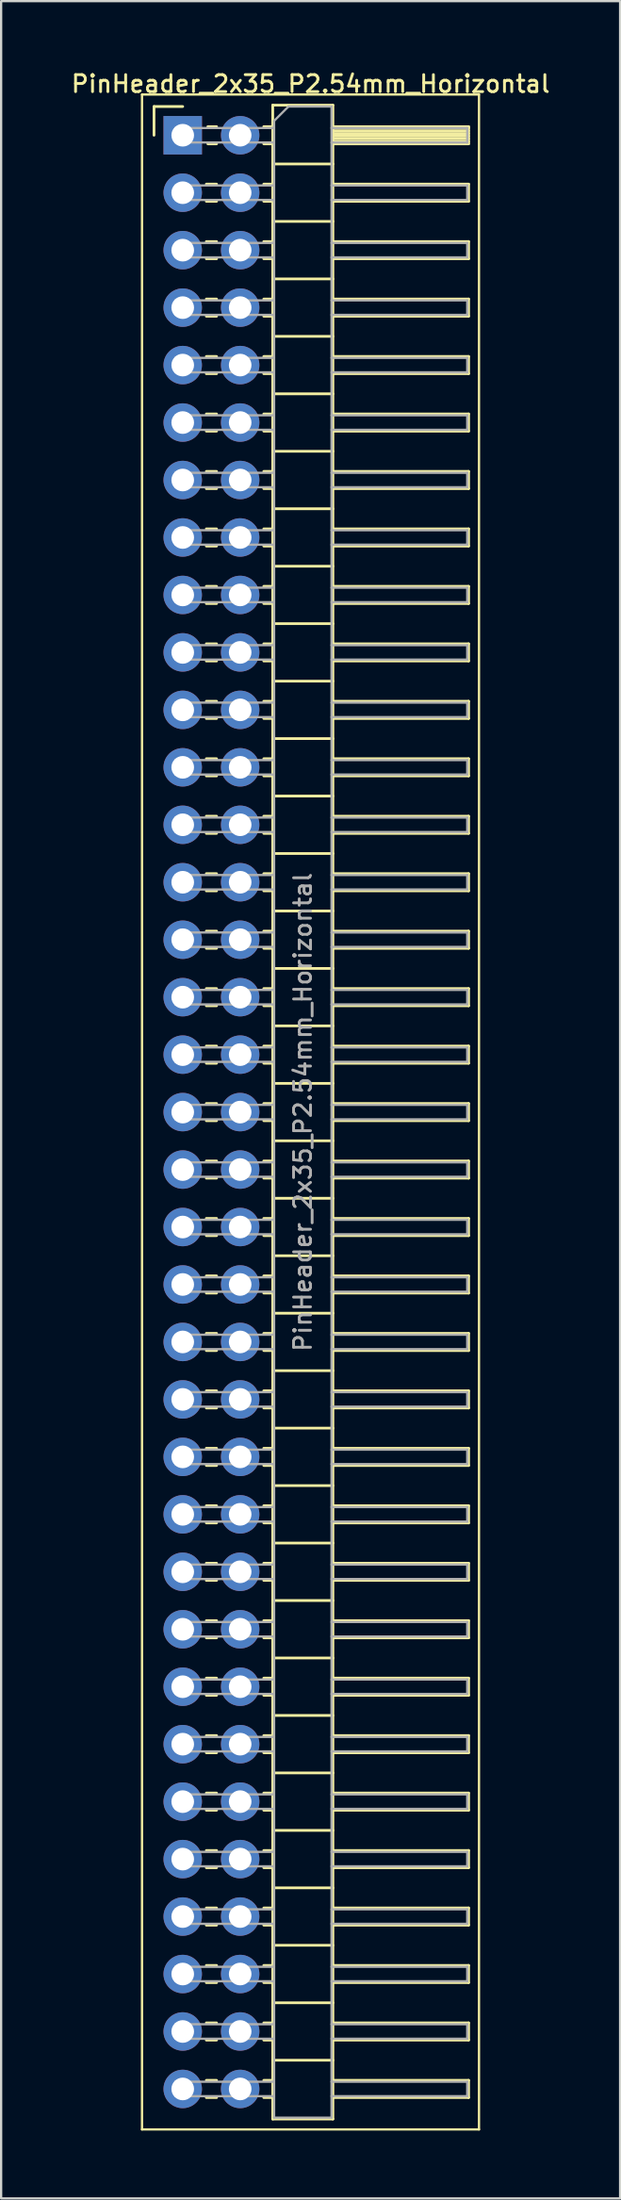
<source format=kicad_pcb>
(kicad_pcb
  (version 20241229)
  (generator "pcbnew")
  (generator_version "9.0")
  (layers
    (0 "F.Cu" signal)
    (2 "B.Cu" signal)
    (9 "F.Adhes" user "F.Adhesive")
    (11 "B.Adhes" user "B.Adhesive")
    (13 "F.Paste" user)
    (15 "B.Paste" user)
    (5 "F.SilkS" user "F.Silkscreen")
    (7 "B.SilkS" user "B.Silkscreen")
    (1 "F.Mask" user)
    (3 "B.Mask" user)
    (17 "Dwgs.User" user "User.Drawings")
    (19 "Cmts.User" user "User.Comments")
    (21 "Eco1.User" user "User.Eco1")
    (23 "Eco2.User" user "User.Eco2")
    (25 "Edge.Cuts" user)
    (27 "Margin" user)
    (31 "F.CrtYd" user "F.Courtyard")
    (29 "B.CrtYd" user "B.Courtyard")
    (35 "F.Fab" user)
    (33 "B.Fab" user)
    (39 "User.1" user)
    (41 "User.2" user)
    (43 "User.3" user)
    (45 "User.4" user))
  (footprint "PinHeader_2x35_P2.54mm_Horizontal"
    (layer "F.Cu")
    (at 5.029 2.928)
    (property "Reference" "PinHeader_2x35_P2.54mm_Horizontal" (at 5.655 -2.27 0) (layer "F.SilkS") (effects (font (size 0.75 0.75) (thickness 0.125))))
    (attr through_hole)
    (fp_line (start -1.8 -1.8) (end -1.8 88.15) (stroke (width 0.1) (type solid)) (layer "F.SilkS"))
    (fp_line (start -1.8 88.15) (end 13.1 88.15) (stroke (width 0.1) (type solid)) (layer "F.SilkS"))
    (fp_line (start -1.27 -1.27) (end 0 -1.27) (stroke (width 0.12) (type solid)) (layer "F.SilkS"))
    (fp_line (start -1.27 0) (end -1.27 -1.27) (stroke (width 0.12) (type solid)) (layer "F.SilkS"))
    (fp_line (start 1.043 2.16) (end 1.497 2.16) (stroke (width 0.12) (type solid)) (layer "F.SilkS"))
    (fp_line (start 1.043 2.92) (end 1.497 2.92) (stroke (width 0.12) (type solid)) (layer "F.SilkS"))
    (fp_line (start 1.043 4.7) (end 1.497 4.7) (stroke (width 0.12) (type solid)) (layer "F.SilkS"))
    (fp_line (start 1.043 5.46) (end 1.497 5.46) (stroke (width 0.12) (type solid)) (layer "F.SilkS"))
    (fp_line (start 1.043 7.24) (end 1.497 7.24) (stroke (width 0.12) (type solid)) (layer "F.SilkS"))
    (fp_line (start 1.043 8) (end 1.497 8) (stroke (width 0.12) (type solid)) (layer "F.SilkS"))
    (fp_line (start 1.043 9.78) (end 1.497 9.78) (stroke (width 0.12) (type solid)) (layer "F.SilkS"))
    (fp_line (start 1.043 10.54) (end 1.497 10.54) (stroke (width 0.12) (type solid)) (layer "F.SilkS"))
    (fp_line (start 1.043 12.32) (end 1.497 12.32) (stroke (width 0.12) (type solid)) (layer "F.SilkS"))
    (fp_line (start 1.043 13.08) (end 1.497 13.08) (stroke (width 0.12) (type solid)) (layer "F.SilkS"))
    (fp_line (start 1.043 14.86) (end 1.497 14.86) (stroke (width 0.12) (type solid)) (layer "F.SilkS"))
    (fp_line (start 1.043 15.62) (end 1.497 15.62) (stroke (width 0.12) (type solid)) (layer "F.SilkS"))
    (fp_line (start 1.043 17.4) (end 1.497 17.4) (stroke (width 0.12) (type solid)) (layer "F.SilkS"))
    (fp_line (start 1.043 18.16) (end 1.497 18.16) (stroke (width 0.12) (type solid)) (layer "F.SilkS"))
    (fp_line (start 1.043 19.94) (end 1.497 19.94) (stroke (width 0.12) (type solid)) (layer "F.SilkS"))
    (fp_line (start 1.043 20.7) (end 1.497 20.7) (stroke (width 0.12) (type solid)) (layer "F.SilkS"))
    (fp_line (start 1.043 22.48) (end 1.497 22.48) (stroke (width 0.12) (type solid)) (layer "F.SilkS"))
    (fp_line (start 1.043 23.24) (end 1.497 23.24) (stroke (width 0.12) (type solid)) (layer "F.SilkS"))
    (fp_line (start 1.043 25.02) (end 1.497 25.02) (stroke (width 0.12) (type solid)) (layer "F.SilkS"))
    (fp_line (start 1.043 25.78) (end 1.497 25.78) (stroke (width 0.12) (type solid)) (layer "F.SilkS"))
    (fp_line (start 1.043 27.56) (end 1.497 27.56) (stroke (width 0.12) (type solid)) (layer "F.SilkS"))
    (fp_line (start 1.043 28.32) (end 1.497 28.32) (stroke (width 0.12) (type solid)) (layer "F.SilkS"))
    (fp_line (start 1.043 30.1) (end 1.497 30.1) (stroke (width 0.12) (type solid)) (layer "F.SilkS"))
    (fp_line (start 1.043 30.86) (end 1.497 30.86) (stroke (width 0.12) (type solid)) (layer "F.SilkS"))
    (fp_line (start 1.043 32.64) (end 1.497 32.64) (stroke (width 0.12) (type solid)) (layer "F.SilkS"))
    (fp_line (start 1.043 33.4) (end 1.497 33.4) (stroke (width 0.12) (type solid)) (layer "F.SilkS"))
    (fp_line (start 1.043 35.18) (end 1.497 35.18) (stroke (width 0.12) (type solid)) (layer "F.SilkS"))
    (fp_line (start 1.043 35.94) (end 1.497 35.94) (stroke (width 0.12) (type solid)) (layer "F.SilkS"))
    (fp_line (start 1.043 37.72) (end 1.497 37.72) (stroke (width 0.12) (type solid)) (layer "F.SilkS"))
    (fp_line (start 1.043 38.48) (end 1.497 38.48) (stroke (width 0.12) (type solid)) (layer "F.SilkS"))
    (fp_line (start 1.043 40.26) (end 1.497 40.26) (stroke (width 0.12) (type solid)) (layer "F.SilkS"))
    (fp_line (start 1.043 41.02) (end 1.497 41.02) (stroke (width 0.12) (type solid)) (layer "F.SilkS"))
    (fp_line (start 1.043 42.8) (end 1.497 42.8) (stroke (width 0.12) (type solid)) (layer "F.SilkS"))
    (fp_line (start 1.043 43.56) (end 1.497 43.56) (stroke (width 0.12) (type solid)) (layer "F.SilkS"))
    (fp_line (start 1.043 45.34) (end 1.497 45.34) (stroke (width 0.12) (type solid)) (layer "F.SilkS"))
    (fp_line (start 1.043 46.1) (end 1.497 46.1) (stroke (width 0.12) (type solid)) (layer "F.SilkS"))
    (fp_line (start 1.043 47.88) (end 1.497 47.88) (stroke (width 0.12) (type solid)) (layer "F.SilkS"))
    (fp_line (start 1.043 48.64) (end 1.497 48.64) (stroke (width 0.12) (type solid)) (layer "F.SilkS"))
    (fp_line (start 1.043 50.42) (end 1.497 50.42) (stroke (width 0.12) (type solid)) (layer "F.SilkS"))
    (fp_line (start 1.043 51.18) (end 1.497 51.18) (stroke (width 0.12) (type solid)) (layer "F.SilkS"))
    (fp_line (start 1.043 52.96) (end 1.497 52.96) (stroke (width 0.12) (type solid)) (layer "F.SilkS"))
    (fp_line (start 1.043 53.72) (end 1.497 53.72) (stroke (width 0.12) (type solid)) (layer "F.SilkS"))
    (fp_line (start 1.043 55.5) (end 1.497 55.5) (stroke (width 0.12) (type solid)) (layer "F.SilkS"))
    (fp_line (start 1.043 56.26) (end 1.497 56.26) (stroke (width 0.12) (type solid)) (layer "F.SilkS"))
    (fp_line (start 1.043 58.04) (end 1.497 58.04) (stroke (width 0.12) (type solid)) (layer "F.SilkS"))
    (fp_line (start 1.043 58.8) (end 1.497 58.8) (stroke (width 0.12) (type solid)) (layer "F.SilkS"))
    (fp_line (start 1.043 60.58) (end 1.497 60.58) (stroke (width 0.12) (type solid)) (layer "F.SilkS"))
    (fp_line (start 1.043 61.34) (end 1.497 61.34) (stroke (width 0.12) (type solid)) (layer "F.SilkS"))
    (fp_line (start 1.043 63.12) (end 1.497 63.12) (stroke (width 0.12) (type solid)) (layer "F.SilkS"))
    (fp_line (start 1.043 63.88) (end 1.497 63.88) (stroke (width 0.12) (type solid)) (layer "F.SilkS"))
    (fp_line (start 1.043 65.66) (end 1.497 65.66) (stroke (width 0.12) (type solid)) (layer "F.SilkS"))
    (fp_line (start 1.043 66.42) (end 1.497 66.42) (stroke (width 0.12) (type solid)) (layer "F.SilkS"))
    (fp_line (start 1.043 68.2) (end 1.497 68.2) (stroke (width 0.12) (type solid)) (layer "F.SilkS"))
    (fp_line (start 1.043 68.96) (end 1.497 68.96) (stroke (width 0.12) (type solid)) (layer "F.SilkS"))
    (fp_line (start 1.043 70.74) (end 1.497 70.74) (stroke (width 0.12) (type solid)) (layer "F.SilkS"))
    (fp_line (start 1.043 71.5) (end 1.497 71.5) (stroke (width 0.12) (type solid)) (layer "F.SilkS"))
    (fp_line (start 1.043 73.28) (end 1.497 73.28) (stroke (width 0.12) (type solid)) (layer "F.SilkS"))
    (fp_line (start 1.043 74.04) (end 1.497 74.04) (stroke (width 0.12) (type solid)) (layer "F.SilkS"))
    (fp_line (start 1.043 75.82) (end 1.497 75.82) (stroke (width 0.12) (type solid)) (layer "F.SilkS"))
    (fp_line (start 1.043 76.58) (end 1.497 76.58) (stroke (width 0.12) (type solid)) (layer "F.SilkS"))
    (fp_line (start 1.043 78.36) (end 1.497 78.36) (stroke (width 0.12) (type solid)) (layer "F.SilkS"))
    (fp_line (start 1.043 79.12) (end 1.497 79.12) (stroke (width 0.12) (type solid)) (layer "F.SilkS"))
    (fp_line (start 1.043 80.9) (end 1.497 80.9) (stroke (width 0.12) (type solid)) (layer "F.SilkS"))
    (fp_line (start 1.043 81.66) (end 1.497 81.66) (stroke (width 0.12) (type solid)) (layer "F.SilkS"))
    (fp_line (start 1.043 83.44) (end 1.497 83.44) (stroke (width 0.12) (type solid)) (layer "F.SilkS"))
    (fp_line (start 1.043 84.2) (end 1.497 84.2) (stroke (width 0.12) (type solid)) (layer "F.SilkS"))
    (fp_line (start 1.043 85.98) (end 1.497 85.98) (stroke (width 0.12) (type solid)) (layer "F.SilkS"))
    (fp_line (start 1.043 86.74) (end 1.497 86.74) (stroke (width 0.12) (type solid)) (layer "F.SilkS"))
    (fp_line (start 1.11 -0.38) (end 1.497 -0.38) (stroke (width 0.12) (type solid)) (layer "F.SilkS"))
    (fp_line (start 1.11 0.38) (end 1.497 0.38) (stroke (width 0.12) (type solid)) (layer "F.SilkS"))
    (fp_line (start 3.583 -0.38) (end 3.98 -0.38) (stroke (width 0.12) (type solid)) (layer "F.SilkS"))
    (fp_line (start 3.583 0.38) (end 3.98 0.38) (stroke (width 0.12) (type solid)) (layer "F.SilkS"))
    (fp_line (start 3.583 2.16) (end 3.98 2.16) (stroke (width 0.12) (type solid)) (layer "F.SilkS"))
    (fp_line (start 3.583 2.92) (end 3.98 2.92) (stroke (width 0.12) (type solid)) (layer "F.SilkS"))
    (fp_line (start 3.583 4.7) (end 3.98 4.7) (stroke (width 0.12) (type solid)) (layer "F.SilkS"))
    (fp_line (start 3.583 5.46) (end 3.98 5.46) (stroke (width 0.12) (type solid)) (layer "F.SilkS"))
    (fp_line (start 3.583 7.24) (end 3.98 7.24) (stroke (width 0.12) (type solid)) (layer "F.SilkS"))
    (fp_line (start 3.583 8) (end 3.98 8) (stroke (width 0.12) (type solid)) (layer "F.SilkS"))
    (fp_line (start 3.583 9.78) (end 3.98 9.78) (stroke (width 0.12) (type solid)) (layer "F.SilkS"))
    (fp_line (start 3.583 10.54) (end 3.98 10.54) (stroke (width 0.12) (type solid)) (layer "F.SilkS"))
    (fp_line (start 3.583 12.32) (end 3.98 12.32) (stroke (width 0.12) (type solid)) (layer "F.SilkS"))
    (fp_line (start 3.583 13.08) (end 3.98 13.08) (stroke (width 0.12) (type solid)) (layer "F.SilkS"))
    (fp_line (start 3.583 14.86) (end 3.98 14.86) (stroke (width 0.12) (type solid)) (layer "F.SilkS"))
    (fp_line (start 3.583 15.62) (end 3.98 15.62) (stroke (width 0.12) (type solid)) (layer "F.SilkS"))
    (fp_line (start 3.583 17.4) (end 3.98 17.4) (stroke (width 0.12) (type solid)) (layer "F.SilkS"))
    (fp_line (start 3.583 18.16) (end 3.98 18.16) (stroke (width 0.12) (type solid)) (layer "F.SilkS"))
    (fp_line (start 3.583 19.94) (end 3.98 19.94) (stroke (width 0.12) (type solid)) (layer "F.SilkS"))
    (fp_line (start 3.583 20.7) (end 3.98 20.7) (stroke (width 0.12) (type solid)) (layer "F.SilkS"))
    (fp_line (start 3.583 22.48) (end 3.98 22.48) (stroke (width 0.12) (type solid)) (layer "F.SilkS"))
    (fp_line (start 3.583 23.24) (end 3.98 23.24) (stroke (width 0.12) (type solid)) (layer "F.SilkS"))
    (fp_line (start 3.583 25.02) (end 3.98 25.02) (stroke (width 0.12) (type solid)) (layer "F.SilkS"))
    (fp_line (start 3.583 25.78) (end 3.98 25.78) (stroke (width 0.12) (type solid)) (layer "F.SilkS"))
    (fp_line (start 3.583 27.56) (end 3.98 27.56) (stroke (width 0.12) (type solid)) (layer "F.SilkS"))
    (fp_line (start 3.583 28.32) (end 3.98 28.32) (stroke (width 0.12) (type solid)) (layer "F.SilkS"))
    (fp_line (start 3.583 30.1) (end 3.98 30.1) (stroke (width 0.12) (type solid)) (layer "F.SilkS"))
    (fp_line (start 3.583 30.86) (end 3.98 30.86) (stroke (width 0.12) (type solid)) (layer "F.SilkS"))
    (fp_line (start 3.583 32.64) (end 3.98 32.64) (stroke (width 0.12) (type solid)) (layer "F.SilkS"))
    (fp_line (start 3.583 33.4) (end 3.98 33.4) (stroke (width 0.12) (type solid)) (layer "F.SilkS"))
    (fp_line (start 3.583 35.18) (end 3.98 35.18) (stroke (width 0.12) (type solid)) (layer "F.SilkS"))
    (fp_line (start 3.583 35.94) (end 3.98 35.94) (stroke (width 0.12) (type solid)) (layer "F.SilkS"))
    (fp_line (start 3.583 37.72) (end 3.98 37.72) (stroke (width 0.12) (type solid)) (layer "F.SilkS"))
    (fp_line (start 3.583 38.48) (end 3.98 38.48) (stroke (width 0.12) (type solid)) (layer "F.SilkS"))
    (fp_line (start 3.583 40.26) (end 3.98 40.26) (stroke (width 0.12) (type solid)) (layer "F.SilkS"))
    (fp_line (start 3.583 41.02) (end 3.98 41.02) (stroke (width 0.12) (type solid)) (layer "F.SilkS"))
    (fp_line (start 3.583 42.8) (end 3.98 42.8) (stroke (width 0.12) (type solid)) (layer "F.SilkS"))
    (fp_line (start 3.583 43.56) (end 3.98 43.56) (stroke (width 0.12) (type solid)) (layer "F.SilkS"))
    (fp_line (start 3.583 45.34) (end 3.98 45.34) (stroke (width 0.12) (type solid)) (layer "F.SilkS"))
    (fp_line (start 3.583 46.1) (end 3.98 46.1) (stroke (width 0.12) (type solid)) (layer "F.SilkS"))
    (fp_line (start 3.583 47.88) (end 3.98 47.88) (stroke (width 0.12) (type solid)) (layer "F.SilkS"))
    (fp_line (start 3.583 48.64) (end 3.98 48.64) (stroke (width 0.12) (type solid)) (layer "F.SilkS"))
    (fp_line (start 3.583 50.42) (end 3.98 50.42) (stroke (width 0.12) (type solid)) (layer "F.SilkS"))
    (fp_line (start 3.583 51.18) (end 3.98 51.18) (stroke (width 0.12) (type solid)) (layer "F.SilkS"))
    (fp_line (start 3.583 52.96) (end 3.98 52.96) (stroke (width 0.12) (type solid)) (layer "F.SilkS"))
    (fp_line (start 3.583 53.72) (end 3.98 53.72) (stroke (width 0.12) (type solid)) (layer "F.SilkS"))
    (fp_line (start 3.583 55.5) (end 3.98 55.5) (stroke (width 0.12) (type solid)) (layer "F.SilkS"))
    (fp_line (start 3.583 56.26) (end 3.98 56.26) (stroke (width 0.12) (type solid)) (layer "F.SilkS"))
    (fp_line (start 3.583 58.04) (end 3.98 58.04) (stroke (width 0.12) (type solid)) (layer "F.SilkS"))
    (fp_line (start 3.583 58.8) (end 3.98 58.8) (stroke (width 0.12) (type solid)) (layer "F.SilkS"))
    (fp_line (start 3.583 60.58) (end 3.98 60.58) (stroke (width 0.12) (type solid)) (layer "F.SilkS"))
    (fp_line (start 3.583 61.34) (end 3.98 61.34) (stroke (width 0.12) (type solid)) (layer "F.SilkS"))
    (fp_line (start 3.583 63.12) (end 3.98 63.12) (stroke (width 0.12) (type solid)) (layer "F.SilkS"))
    (fp_line (start 3.583 63.88) (end 3.98 63.88) (stroke (width 0.12) (type solid)) (layer "F.SilkS"))
    (fp_line (start 3.583 65.66) (end 3.98 65.66) (stroke (width 0.12) (type solid)) (layer "F.SilkS"))
    (fp_line (start 3.583 66.42) (end 3.98 66.42) (stroke (width 0.12) (type solid)) (layer "F.SilkS"))
    (fp_line (start 3.583 68.2) (end 3.98 68.2) (stroke (width 0.12) (type solid)) (layer "F.SilkS"))
    (fp_line (start 3.583 68.96) (end 3.98 68.96) (stroke (width 0.12) (type solid)) (layer "F.SilkS"))
    (fp_line (start 3.583 70.74) (end 3.98 70.74) (stroke (width 0.12) (type solid)) (layer "F.SilkS"))
    (fp_line (start 3.583 71.5) (end 3.98 71.5) (stroke (width 0.12) (type solid)) (layer "F.SilkS"))
    (fp_line (start 3.583 73.28) (end 3.98 73.28) (stroke (width 0.12) (type solid)) (layer "F.SilkS"))
    (fp_line (start 3.583 74.04) (end 3.98 74.04) (stroke (width 0.12) (type solid)) (layer "F.SilkS"))
    (fp_line (start 3.583 75.82) (end 3.98 75.82) (stroke (width 0.12) (type solid)) (layer "F.SilkS"))
    (fp_line (start 3.583 76.58) (end 3.98 76.58) (stroke (width 0.12) (type solid)) (layer "F.SilkS"))
    (fp_line (start 3.583 78.36) (end 3.98 78.36) (stroke (width 0.12) (type solid)) (layer "F.SilkS"))
    (fp_line (start 3.583 79.12) (end 3.98 79.12) (stroke (width 0.12) (type solid)) (layer "F.SilkS"))
    (fp_line (start 3.583 80.9) (end 3.98 80.9) (stroke (width 0.12) (type solid)) (layer "F.SilkS"))
    (fp_line (start 3.583 81.66) (end 3.98 81.66) (stroke (width 0.12) (type solid)) (layer "F.SilkS"))
    (fp_line (start 3.583 83.44) (end 3.98 83.44) (stroke (width 0.12) (type solid)) (layer "F.SilkS"))
    (fp_line (start 3.583 84.2) (end 3.98 84.2) (stroke (width 0.12) (type solid)) (layer "F.SilkS"))
    (fp_line (start 3.583 85.98) (end 3.98 85.98) (stroke (width 0.12) (type solid)) (layer "F.SilkS"))
    (fp_line (start 3.583 86.74) (end 3.98 86.74) (stroke (width 0.12) (type solid)) (layer "F.SilkS"))
    (fp_line (start 3.98 -1.33) (end 3.98 87.69) (stroke (width 0.12) (type solid)) (layer "F.SilkS"))
    (fp_line (start 3.98 1.27) (end 6.64 1.27) (stroke (width 0.12) (type solid)) (layer "F.SilkS"))
    (fp_line (start 3.98 3.81) (end 6.64 3.81) (stroke (width 0.12) (type solid)) (layer "F.SilkS"))
    (fp_line (start 3.98 6.35) (end 6.64 6.35) (stroke (width 0.12) (type solid)) (layer "F.SilkS"))
    (fp_line (start 3.98 8.89) (end 6.64 8.89) (stroke (width 0.12) (type solid)) (layer "F.SilkS"))
    (fp_line (start 3.98 11.43) (end 6.64 11.43) (stroke (width 0.12) (type solid)) (layer "F.SilkS"))
    (fp_line (start 3.98 13.97) (end 6.64 13.97) (stroke (width 0.12) (type solid)) (layer "F.SilkS"))
    (fp_line (start 3.98 16.51) (end 6.64 16.51) (stroke (width 0.12) (type solid)) (layer "F.SilkS"))
    (fp_line (start 3.98 19.05) (end 6.64 19.05) (stroke (width 0.12) (type solid)) (layer "F.SilkS"))
    (fp_line (start 3.98 21.59) (end 6.64 21.59) (stroke (width 0.12) (type solid)) (layer "F.SilkS"))
    (fp_line (start 3.98 24.13) (end 6.64 24.13) (stroke (width 0.12) (type solid)) (layer "F.SilkS"))
    (fp_line (start 3.98 26.67) (end 6.64 26.67) (stroke (width 0.12) (type solid)) (layer "F.SilkS"))
    (fp_line (start 3.98 29.21) (end 6.64 29.21) (stroke (width 0.12) (type solid)) (layer "F.SilkS"))
    (fp_line (start 3.98 31.75) (end 6.64 31.75) (stroke (width 0.12) (type solid)) (layer "F.SilkS"))
    (fp_line (start 3.98 34.29) (end 6.64 34.29) (stroke (width 0.12) (type solid)) (layer "F.SilkS"))
    (fp_line (start 3.98 36.83) (end 6.64 36.83) (stroke (width 0.12) (type solid)) (layer "F.SilkS"))
    (fp_line (start 3.98 39.37) (end 6.64 39.37) (stroke (width 0.12) (type solid)) (layer "F.SilkS"))
    (fp_line (start 3.98 41.91) (end 6.64 41.91) (stroke (width 0.12) (type solid)) (layer "F.SilkS"))
    (fp_line (start 3.98 44.45) (end 6.64 44.45) (stroke (width 0.12) (type solid)) (layer "F.SilkS"))
    (fp_line (start 3.98 46.99) (end 6.64 46.99) (stroke (width 0.12) (type solid)) (layer "F.SilkS"))
    (fp_line (start 3.98 49.53) (end 6.64 49.53) (stroke (width 0.12) (type solid)) (layer "F.SilkS"))
    (fp_line (start 3.98 52.07) (end 6.64 52.07) (stroke (width 0.12) (type solid)) (layer "F.SilkS"))
    (fp_line (start 3.98 54.61) (end 6.64 54.61) (stroke (width 0.12) (type solid)) (layer "F.SilkS"))
    (fp_line (start 3.98 57.15) (end 6.64 57.15) (stroke (width 0.12) (type solid)) (layer "F.SilkS"))
    (fp_line (start 3.98 59.69) (end 6.64 59.69) (stroke (width 0.12) (type solid)) (layer "F.SilkS"))
    (fp_line (start 3.98 62.23) (end 6.64 62.23) (stroke (width 0.12) (type solid)) (layer "F.SilkS"))
    (fp_line (start 3.98 64.77) (end 6.64 64.77) (stroke (width 0.12) (type solid)) (layer "F.SilkS"))
    (fp_line (start 3.98 67.31) (end 6.64 67.31) (stroke (width 0.12) (type solid)) (layer "F.SilkS"))
    (fp_line (start 3.98 69.85) (end 6.64 69.85) (stroke (width 0.12) (type solid)) (layer "F.SilkS"))
    (fp_line (start 3.98 72.39) (end 6.64 72.39) (stroke (width 0.12) (type solid)) (layer "F.SilkS"))
    (fp_line (start 3.98 74.93) (end 6.64 74.93) (stroke (width 0.12) (type solid)) (layer "F.SilkS"))
    (fp_line (start 3.98 77.47) (end 6.64 77.47) (stroke (width 0.12) (type solid)) (layer "F.SilkS"))
    (fp_line (start 3.98 80.01) (end 6.64 80.01) (stroke (width 0.12) (type solid)) (layer "F.SilkS"))
    (fp_line (start 3.98 82.55) (end 6.64 82.55) (stroke (width 0.12) (type solid)) (layer "F.SilkS"))
    (fp_line (start 3.98 85.09) (end 6.64 85.09) (stroke (width 0.12) (type solid)) (layer "F.SilkS"))
    (fp_line (start 3.98 87.69) (end 6.64 87.69) (stroke (width 0.12) (type solid)) (layer "F.SilkS"))
    (fp_line (start 6.64 -1.33) (end 3.98 -1.33) (stroke (width 0.12) (type solid)) (layer "F.SilkS"))
    (fp_line (start 6.64 -0.38) (end 12.64 -0.38) (stroke (width 0.12) (type solid)) (layer "F.SilkS"))
    (fp_line (start 6.64 -0.32) (end 12.64 -0.32) (stroke (width 0.12) (type solid)) (layer "F.SilkS"))
    (fp_line (start 6.64 -0.2) (end 12.64 -0.2) (stroke (width 0.12) (type solid)) (layer "F.SilkS"))
    (fp_line (start 6.64 -0.08) (end 12.64 -0.08) (stroke (width 0.12) (type solid)) (layer "F.SilkS"))
    (fp_line (start 6.64 0.04) (end 12.64 0.04) (stroke (width 0.12) (type solid)) (layer "F.SilkS"))
    (fp_line (start 6.64 0.16) (end 12.64 0.16) (stroke (width 0.12) (type solid)) (layer "F.SilkS"))
    (fp_line (start 6.64 0.28) (end 12.64 0.28) (stroke (width 0.12) (type solid)) (layer "F.SilkS"))
    (fp_line (start 6.64 2.16) (end 12.64 2.16) (stroke (width 0.12) (type solid)) (layer "F.SilkS"))
    (fp_line (start 6.64 4.7) (end 12.64 4.7) (stroke (width 0.12) (type solid)) (layer "F.SilkS"))
    (fp_line (start 6.64 7.24) (end 12.64 7.24) (stroke (width 0.12) (type solid)) (layer "F.SilkS"))
    (fp_line (start 6.64 9.78) (end 12.64 9.78) (stroke (width 0.12) (type solid)) (layer "F.SilkS"))
    (fp_line (start 6.64 12.32) (end 12.64 12.32) (stroke (width 0.12) (type solid)) (layer "F.SilkS"))
    (fp_line (start 6.64 14.86) (end 12.64 14.86) (stroke (width 0.12) (type solid)) (layer "F.SilkS"))
    (fp_line (start 6.64 17.4) (end 12.64 17.4) (stroke (width 0.12) (type solid)) (layer "F.SilkS"))
    (fp_line (start 6.64 19.94) (end 12.64 19.94) (stroke (width 0.12) (type solid)) (layer "F.SilkS"))
    (fp_line (start 6.64 22.48) (end 12.64 22.48) (stroke (width 0.12) (type solid)) (layer "F.SilkS"))
    (fp_line (start 6.64 25.02) (end 12.64 25.02) (stroke (width 0.12) (type solid)) (layer "F.SilkS"))
    (fp_line (start 6.64 27.56) (end 12.64 27.56) (stroke (width 0.12) (type solid)) (layer "F.SilkS"))
    (fp_line (start 6.64 30.1) (end 12.64 30.1) (stroke (width 0.12) (type solid)) (layer "F.SilkS"))
    (fp_line (start 6.64 32.64) (end 12.64 32.64) (stroke (width 0.12) (type solid)) (layer "F.SilkS"))
    (fp_line (start 6.64 35.18) (end 12.64 35.18) (stroke (width 0.12) (type solid)) (layer "F.SilkS"))
    (fp_line (start 6.64 37.72) (end 12.64 37.72) (stroke (width 0.12) (type solid)) (layer "F.SilkS"))
    (fp_line (start 6.64 40.26) (end 12.64 40.26) (stroke (width 0.12) (type solid)) (layer "F.SilkS"))
    (fp_line (start 6.64 42.8) (end 12.64 42.8) (stroke (width 0.12) (type solid)) (layer "F.SilkS"))
    (fp_line (start 6.64 45.34) (end 12.64 45.34) (stroke (width 0.12) (type solid)) (layer "F.SilkS"))
    (fp_line (start 6.64 47.88) (end 12.64 47.88) (stroke (width 0.12) (type solid)) (layer "F.SilkS"))
    (fp_line (start 6.64 50.42) (end 12.64 50.42) (stroke (width 0.12) (type solid)) (layer "F.SilkS"))
    (fp_line (start 6.64 52.96) (end 12.64 52.96) (stroke (width 0.12) (type solid)) (layer "F.SilkS"))
    (fp_line (start 6.64 55.5) (end 12.64 55.5) (stroke (width 0.12) (type solid)) (layer "F.SilkS"))
    (fp_line (start 6.64 58.04) (end 12.64 58.04) (stroke (width 0.12) (type solid)) (layer "F.SilkS"))
    (fp_line (start 6.64 60.58) (end 12.64 60.58) (stroke (width 0.12) (type solid)) (layer "F.SilkS"))
    (fp_line (start 6.64 63.12) (end 12.64 63.12) (stroke (width 0.12) (type solid)) (layer "F.SilkS"))
    (fp_line (start 6.64 65.66) (end 12.64 65.66) (stroke (width 0.12) (type solid)) (layer "F.SilkS"))
    (fp_line (start 6.64 68.2) (end 12.64 68.2) (stroke (width 0.12) (type solid)) (layer "F.SilkS"))
    (fp_line (start 6.64 70.74) (end 12.64 70.74) (stroke (width 0.12) (type solid)) (layer "F.SilkS"))
    (fp_line (start 6.64 73.28) (end 12.64 73.28) (stroke (width 0.12) (type solid)) (layer "F.SilkS"))
    (fp_line (start 6.64 75.82) (end 12.64 75.82) (stroke (width 0.12) (type solid)) (layer "F.SilkS"))
    (fp_line (start 6.64 78.36) (end 12.64 78.36) (stroke (width 0.12) (type solid)) (layer "F.SilkS"))
    (fp_line (start 6.64 80.9) (end 12.64 80.9) (stroke (width 0.12) (type solid)) (layer "F.SilkS"))
    (fp_line (start 6.64 83.44) (end 12.64 83.44) (stroke (width 0.12) (type solid)) (layer "F.SilkS"))
    (fp_line (start 6.64 85.98) (end 12.64 85.98) (stroke (width 0.12) (type solid)) (layer "F.SilkS"))
    (fp_line (start 6.64 87.69) (end 6.64 -1.33) (stroke (width 0.12) (type solid)) (layer "F.SilkS"))
    (fp_line (start 12.64 -0.38) (end 12.64 0.38) (stroke (width 0.12) (type solid)) (layer "F.SilkS"))
    (fp_line (start 12.64 0.38) (end 6.64 0.38) (stroke (width 0.12) (type solid)) (layer "F.SilkS"))
    (fp_line (start 12.64 2.16) (end 12.64 2.92) (stroke (width 0.12) (type solid)) (layer "F.SilkS"))
    (fp_line (start 12.64 2.92) (end 6.64 2.92) (stroke (width 0.12) (type solid)) (layer "F.SilkS"))
    (fp_line (start 12.64 4.7) (end 12.64 5.46) (stroke (width 0.12) (type solid)) (layer "F.SilkS"))
    (fp_line (start 12.64 5.46) (end 6.64 5.46) (stroke (width 0.12) (type solid)) (layer "F.SilkS"))
    (fp_line (start 12.64 7.24) (end 12.64 8) (stroke (width 0.12) (type solid)) (layer "F.SilkS"))
    (fp_line (start 12.64 8) (end 6.64 8) (stroke (width 0.12) (type solid)) (layer "F.SilkS"))
    (fp_line (start 12.64 9.78) (end 12.64 10.54) (stroke (width 0.12) (type solid)) (layer "F.SilkS"))
    (fp_line (start 12.64 10.54) (end 6.64 10.54) (stroke (width 0.12) (type solid)) (layer "F.SilkS"))
    (fp_line (start 12.64 12.32) (end 12.64 13.08) (stroke (width 0.12) (type solid)) (layer "F.SilkS"))
    (fp_line (start 12.64 13.08) (end 6.64 13.08) (stroke (width 0.12) (type solid)) (layer "F.SilkS"))
    (fp_line (start 12.64 14.86) (end 12.64 15.62) (stroke (width 0.12) (type solid)) (layer "F.SilkS"))
    (fp_line (start 12.64 15.62) (end 6.64 15.62) (stroke (width 0.12) (type solid)) (layer "F.SilkS"))
    (fp_line (start 12.64 17.4) (end 12.64 18.16) (stroke (width 0.12) (type solid)) (layer "F.SilkS"))
    (fp_line (start 12.64 18.16) (end 6.64 18.16) (stroke (width 0.12) (type solid)) (layer "F.SilkS"))
    (fp_line (start 12.64 19.94) (end 12.64 20.7) (stroke (width 0.12) (type solid)) (layer "F.SilkS"))
    (fp_line (start 12.64 20.7) (end 6.64 20.7) (stroke (width 0.12) (type solid)) (layer "F.SilkS"))
    (fp_line (start 12.64 22.48) (end 12.64 23.24) (stroke (width 0.12) (type solid)) (layer "F.SilkS"))
    (fp_line (start 12.64 23.24) (end 6.64 23.24) (stroke (width 0.12) (type solid)) (layer "F.SilkS"))
    (fp_line (start 12.64 25.02) (end 12.64 25.78) (stroke (width 0.12) (type solid)) (layer "F.SilkS"))
    (fp_line (start 12.64 25.78) (end 6.64 25.78) (stroke (width 0.12) (type solid)) (layer "F.SilkS"))
    (fp_line (start 12.64 27.56) (end 12.64 28.32) (stroke (width 0.12) (type solid)) (layer "F.SilkS"))
    (fp_line (start 12.64 28.32) (end 6.64 28.32) (stroke (width 0.12) (type solid)) (layer "F.SilkS"))
    (fp_line (start 12.64 30.1) (end 12.64 30.86) (stroke (width 0.12) (type solid)) (layer "F.SilkS"))
    (fp_line (start 12.64 30.86) (end 6.64 30.86) (stroke (width 0.12) (type solid)) (layer "F.SilkS"))
    (fp_line (start 12.64 32.64) (end 12.64 33.4) (stroke (width 0.12) (type solid)) (layer "F.SilkS"))
    (fp_line (start 12.64 33.4) (end 6.64 33.4) (stroke (width 0.12) (type solid)) (layer "F.SilkS"))
    (fp_line (start 12.64 35.18) (end 12.64 35.94) (stroke (width 0.12) (type solid)) (layer "F.SilkS"))
    (fp_line (start 12.64 35.94) (end 6.64 35.94) (stroke (width 0.12) (type solid)) (layer "F.SilkS"))
    (fp_line (start 12.64 37.72) (end 12.64 38.48) (stroke (width 0.12) (type solid)) (layer "F.SilkS"))
    (fp_line (start 12.64 38.48) (end 6.64 38.48) (stroke (width 0.12) (type solid)) (layer "F.SilkS"))
    (fp_line (start 12.64 40.26) (end 12.64 41.02) (stroke (width 0.12) (type solid)) (layer "F.SilkS"))
    (fp_line (start 12.64 41.02) (end 6.64 41.02) (stroke (width 0.12) (type solid)) (layer "F.SilkS"))
    (fp_line (start 12.64 42.8) (end 12.64 43.56) (stroke (width 0.12) (type solid)) (layer "F.SilkS"))
    (fp_line (start 12.64 43.56) (end 6.64 43.56) (stroke (width 0.12) (type solid)) (layer "F.SilkS"))
    (fp_line (start 12.64 45.34) (end 12.64 46.1) (stroke (width 0.12) (type solid)) (layer "F.SilkS"))
    (fp_line (start 12.64 46.1) (end 6.64 46.1) (stroke (width 0.12) (type solid)) (layer "F.SilkS"))
    (fp_line (start 12.64 47.88) (end 12.64 48.64) (stroke (width 0.12) (type solid)) (layer "F.SilkS"))
    (fp_line (start 12.64 48.64) (end 6.64 48.64) (stroke (width 0.12) (type solid)) (layer "F.SilkS"))
    (fp_line (start 12.64 50.42) (end 12.64 51.18) (stroke (width 0.12) (type solid)) (layer "F.SilkS"))
    (fp_line (start 12.64 51.18) (end 6.64 51.18) (stroke (width 0.12) (type solid)) (layer "F.SilkS"))
    (fp_line (start 12.64 52.96) (end 12.64 53.72) (stroke (width 0.12) (type solid)) (layer "F.SilkS"))
    (fp_line (start 12.64 53.72) (end 6.64 53.72) (stroke (width 0.12) (type solid)) (layer "F.SilkS"))
    (fp_line (start 12.64 55.5) (end 12.64 56.26) (stroke (width 0.12) (type solid)) (layer "F.SilkS"))
    (fp_line (start 12.64 56.26) (end 6.64 56.26) (stroke (width 0.12) (type solid)) (layer "F.SilkS"))
    (fp_line (start 12.64 58.04) (end 12.64 58.8) (stroke (width 0.12) (type solid)) (layer "F.SilkS"))
    (fp_line (start 12.64 58.8) (end 6.64 58.8) (stroke (width 0.12) (type solid)) (layer "F.SilkS"))
    (fp_line (start 12.64 60.58) (end 12.64 61.34) (stroke (width 0.12) (type solid)) (layer "F.SilkS"))
    (fp_line (start 12.64 61.34) (end 6.64 61.34) (stroke (width 0.12) (type solid)) (layer "F.SilkS"))
    (fp_line (start 12.64 63.12) (end 12.64 63.88) (stroke (width 0.12) (type solid)) (layer "F.SilkS"))
    (fp_line (start 12.64 63.88) (end 6.64 63.88) (stroke (width 0.12) (type solid)) (layer "F.SilkS"))
    (fp_line (start 12.64 65.66) (end 12.64 66.42) (stroke (width 0.12) (type solid)) (layer "F.SilkS"))
    (fp_line (start 12.64 66.42) (end 6.64 66.42) (stroke (width 0.12) (type solid)) (layer "F.SilkS"))
    (fp_line (start 12.64 68.2) (end 12.64 68.96) (stroke (width 0.12) (type solid)) (layer "F.SilkS"))
    (fp_line (start 12.64 68.96) (end 6.64 68.96) (stroke (width 0.12) (type solid)) (layer "F.SilkS"))
    (fp_line (start 12.64 70.74) (end 12.64 71.5) (stroke (width 0.12) (type solid)) (layer "F.SilkS"))
    (fp_line (start 12.64 71.5) (end 6.64 71.5) (stroke (width 0.12) (type solid)) (layer "F.SilkS"))
    (fp_line (start 12.64 73.28) (end 12.64 74.04) (stroke (width 0.12) (type solid)) (layer "F.SilkS"))
    (fp_line (start 12.64 74.04) (end 6.64 74.04) (stroke (width 0.12) (type solid)) (layer "F.SilkS"))
    (fp_line (start 12.64 75.82) (end 12.64 76.58) (stroke (width 0.12) (type solid)) (layer "F.SilkS"))
    (fp_line (start 12.64 76.58) (end 6.64 76.58) (stroke (width 0.12) (type solid)) (layer "F.SilkS"))
    (fp_line (start 12.64 78.36) (end 12.64 79.12) (stroke (width 0.12) (type solid)) (layer "F.SilkS"))
    (fp_line (start 12.64 79.12) (end 6.64 79.12) (stroke (width 0.12) (type solid)) (layer "F.SilkS"))
    (fp_line (start 12.64 80.9) (end 12.64 81.66) (stroke (width 0.12) (type solid)) (layer "F.SilkS"))
    (fp_line (start 12.64 81.66) (end 6.64 81.66) (stroke (width 0.12) (type solid)) (layer "F.SilkS"))
    (fp_line (start 12.64 83.44) (end 12.64 84.2) (stroke (width 0.12) (type solid)) (layer "F.SilkS"))
    (fp_line (start 12.64 84.2) (end 6.64 84.2) (stroke (width 0.12) (type solid)) (layer "F.SilkS"))
    (fp_line (start 12.64 85.98) (end 12.64 86.74) (stroke (width 0.12) (type solid)) (layer "F.SilkS"))
    (fp_line (start 12.64 86.74) (end 6.64 86.74) (stroke (width 0.12) (type solid)) (layer "F.SilkS"))
    (fp_line (start 13.1 -1.8) (end -1.8 -1.8) (stroke (width 0.1) (type solid)) (layer "F.SilkS"))
    (fp_line (start 13.1 88.15) (end 13.1 -1.8) (stroke (width 0.1) (type solid)) (layer "F.SilkS"))
    (fp_line (start -0.32 -0.32) (end -0.32 0.32) (stroke (width 0.1) (type solid)) (layer "F.Fab"))
    (fp_line (start -0.32 -0.32) (end 4.04 -0.32) (stroke (width 0.1) (type solid)) (layer "F.Fab"))
    (fp_line (start -0.32 0.32) (end 4.04 0.32) (stroke (width 0.1) (type solid)) (layer "F.Fab"))
    (fp_line (start -0.32 2.22) (end -0.32 2.86) (stroke (width 0.1) (type solid)) (layer "F.Fab"))
    (fp_line (start -0.32 2.22) (end 4.04 2.22) (stroke (width 0.1) (type solid)) (layer "F.Fab"))
    (fp_line (start -0.32 2.86) (end 4.04 2.86) (stroke (width 0.1) (type solid)) (layer "F.Fab"))
    (fp_line (start -0.32 4.76) (end -0.32 5.4) (stroke (width 0.1) (type solid)) (layer "F.Fab"))
    (fp_line (start -0.32 4.76) (end 4.04 4.76) (stroke (width 0.1) (type solid)) (layer "F.Fab"))
    (fp_line (start -0.32 5.4) (end 4.04 5.4) (stroke (width 0.1) (type solid)) (layer "F.Fab"))
    (fp_line (start -0.32 7.3) (end -0.32 7.94) (stroke (width 0.1) (type solid)) (layer "F.Fab"))
    (fp_line (start -0.32 7.3) (end 4.04 7.3) (stroke (width 0.1) (type solid)) (layer "F.Fab"))
    (fp_line (start -0.32 7.94) (end 4.04 7.94) (stroke (width 0.1) (type solid)) (layer "F.Fab"))
    (fp_line (start -0.32 9.84) (end -0.32 10.48) (stroke (width 0.1) (type solid)) (layer "F.Fab"))
    (fp_line (start -0.32 9.84) (end 4.04 9.84) (stroke (width 0.1) (type solid)) (layer "F.Fab"))
    (fp_line (start -0.32 10.48) (end 4.04 10.48) (stroke (width 0.1) (type solid)) (layer "F.Fab"))
    (fp_line (start -0.32 12.38) (end -0.32 13.02) (stroke (width 0.1) (type solid)) (layer "F.Fab"))
    (fp_line (start -0.32 12.38) (end 4.04 12.38) (stroke (width 0.1) (type solid)) (layer "F.Fab"))
    (fp_line (start -0.32 13.02) (end 4.04 13.02) (stroke (width 0.1) (type solid)) (layer "F.Fab"))
    (fp_line (start -0.32 14.92) (end -0.32 15.56) (stroke (width 0.1) (type solid)) (layer "F.Fab"))
    (fp_line (start -0.32 14.92) (end 4.04 14.92) (stroke (width 0.1) (type solid)) (layer "F.Fab"))
    (fp_line (start -0.32 15.56) (end 4.04 15.56) (stroke (width 0.1) (type solid)) (layer "F.Fab"))
    (fp_line (start -0.32 17.46) (end -0.32 18.1) (stroke (width 0.1) (type solid)) (layer "F.Fab"))
    (fp_line (start -0.32 17.46) (end 4.04 17.46) (stroke (width 0.1) (type solid)) (layer "F.Fab"))
    (fp_line (start -0.32 18.1) (end 4.04 18.1) (stroke (width 0.1) (type solid)) (layer "F.Fab"))
    (fp_line (start -0.32 20) (end -0.32 20.64) (stroke (width 0.1) (type solid)) (layer "F.Fab"))
    (fp_line (start -0.32 20) (end 4.04 20) (stroke (width 0.1) (type solid)) (layer "F.Fab"))
    (fp_line (start -0.32 20.64) (end 4.04 20.64) (stroke (width 0.1) (type solid)) (layer "F.Fab"))
    (fp_line (start -0.32 22.54) (end -0.32 23.18) (stroke (width 0.1) (type solid)) (layer "F.Fab"))
    (fp_line (start -0.32 22.54) (end 4.04 22.54) (stroke (width 0.1) (type solid)) (layer "F.Fab"))
    (fp_line (start -0.32 23.18) (end 4.04 23.18) (stroke (width 0.1) (type solid)) (layer "F.Fab"))
    (fp_line (start -0.32 25.08) (end -0.32 25.72) (stroke (width 0.1) (type solid)) (layer "F.Fab"))
    (fp_line (start -0.32 25.08) (end 4.04 25.08) (stroke (width 0.1) (type solid)) (layer "F.Fab"))
    (fp_line (start -0.32 25.72) (end 4.04 25.72) (stroke (width 0.1) (type solid)) (layer "F.Fab"))
    (fp_line (start -0.32 27.62) (end -0.32 28.26) (stroke (width 0.1) (type solid)) (layer "F.Fab"))
    (fp_line (start -0.32 27.62) (end 4.04 27.62) (stroke (width 0.1) (type solid)) (layer "F.Fab"))
    (fp_line (start -0.32 28.26) (end 4.04 28.26) (stroke (width 0.1) (type solid)) (layer "F.Fab"))
    (fp_line (start -0.32 30.16) (end -0.32 30.8) (stroke (width 0.1) (type solid)) (layer "F.Fab"))
    (fp_line (start -0.32 30.16) (end 4.04 30.16) (stroke (width 0.1) (type solid)) (layer "F.Fab"))
    (fp_line (start -0.32 30.8) (end 4.04 30.8) (stroke (width 0.1) (type solid)) (layer "F.Fab"))
    (fp_line (start -0.32 32.7) (end -0.32 33.34) (stroke (width 0.1) (type solid)) (layer "F.Fab"))
    (fp_line (start -0.32 32.7) (end 4.04 32.7) (stroke (width 0.1) (type solid)) (layer "F.Fab"))
    (fp_line (start -0.32 33.34) (end 4.04 33.34) (stroke (width 0.1) (type solid)) (layer "F.Fab"))
    (fp_line (start -0.32 35.24) (end -0.32 35.88) (stroke (width 0.1) (type solid)) (layer "F.Fab"))
    (fp_line (start -0.32 35.24) (end 4.04 35.24) (stroke (width 0.1) (type solid)) (layer "F.Fab"))
    (fp_line (start -0.32 35.88) (end 4.04 35.88) (stroke (width 0.1) (type solid)) (layer "F.Fab"))
    (fp_line (start -0.32 37.78) (end -0.32 38.42) (stroke (width 0.1) (type solid)) (layer "F.Fab"))
    (fp_line (start -0.32 37.78) (end 4.04 37.78) (stroke (width 0.1) (type solid)) (layer "F.Fab"))
    (fp_line (start -0.32 38.42) (end 4.04 38.42) (stroke (width 0.1) (type solid)) (layer "F.Fab"))
    (fp_line (start -0.32 40.32) (end -0.32 40.96) (stroke (width 0.1) (type solid)) (layer "F.Fab"))
    (fp_line (start -0.32 40.32) (end 4.04 40.32) (stroke (width 0.1) (type solid)) (layer "F.Fab"))
    (fp_line (start -0.32 40.96) (end 4.04 40.96) (stroke (width 0.1) (type solid)) (layer "F.Fab"))
    (fp_line (start -0.32 42.86) (end -0.32 43.5) (stroke (width 0.1) (type solid)) (layer "F.Fab"))
    (fp_line (start -0.32 42.86) (end 4.04 42.86) (stroke (width 0.1) (type solid)) (layer "F.Fab"))
    (fp_line (start -0.32 43.5) (end 4.04 43.5) (stroke (width 0.1) (type solid)) (layer "F.Fab"))
    (fp_line (start -0.32 45.4) (end -0.32 46.04) (stroke (width 0.1) (type solid)) (layer "F.Fab"))
    (fp_line (start -0.32 45.4) (end 4.04 45.4) (stroke (width 0.1) (type solid)) (layer "F.Fab"))
    (fp_line (start -0.32 46.04) (end 4.04 46.04) (stroke (width 0.1) (type solid)) (layer "F.Fab"))
    (fp_line (start -0.32 47.94) (end -0.32 48.58) (stroke (width 0.1) (type solid)) (layer "F.Fab"))
    (fp_line (start -0.32 47.94) (end 4.04 47.94) (stroke (width 0.1) (type solid)) (layer "F.Fab"))
    (fp_line (start -0.32 48.58) (end 4.04 48.58) (stroke (width 0.1) (type solid)) (layer "F.Fab"))
    (fp_line (start -0.32 50.48) (end -0.32 51.12) (stroke (width 0.1) (type solid)) (layer "F.Fab"))
    (fp_line (start -0.32 50.48) (end 4.04 50.48) (stroke (width 0.1) (type solid)) (layer "F.Fab"))
    (fp_line (start -0.32 51.12) (end 4.04 51.12) (stroke (width 0.1) (type solid)) (layer "F.Fab"))
    (fp_line (start -0.32 53.02) (end -0.32 53.66) (stroke (width 0.1) (type solid)) (layer "F.Fab"))
    (fp_line (start -0.32 53.02) (end 4.04 53.02) (stroke (width 0.1) (type solid)) (layer "F.Fab"))
    (fp_line (start -0.32 53.66) (end 4.04 53.66) (stroke (width 0.1) (type solid)) (layer "F.Fab"))
    (fp_line (start -0.32 55.56) (end -0.32 56.2) (stroke (width 0.1) (type solid)) (layer "F.Fab"))
    (fp_line (start -0.32 55.56) (end 4.04 55.56) (stroke (width 0.1) (type solid)) (layer "F.Fab"))
    (fp_line (start -0.32 56.2) (end 4.04 56.2) (stroke (width 0.1) (type solid)) (layer "F.Fab"))
    (fp_line (start -0.32 58.1) (end -0.32 58.74) (stroke (width 0.1) (type solid)) (layer "F.Fab"))
    (fp_line (start -0.32 58.1) (end 4.04 58.1) (stroke (width 0.1) (type solid)) (layer "F.Fab"))
    (fp_line (start -0.32 58.74) (end 4.04 58.74) (stroke (width 0.1) (type solid)) (layer "F.Fab"))
    (fp_line (start -0.32 60.64) (end -0.32 61.28) (stroke (width 0.1) (type solid)) (layer "F.Fab"))
    (fp_line (start -0.32 60.64) (end 4.04 60.64) (stroke (width 0.1) (type solid)) (layer "F.Fab"))
    (fp_line (start -0.32 61.28) (end 4.04 61.28) (stroke (width 0.1) (type solid)) (layer "F.Fab"))
    (fp_line (start -0.32 63.18) (end -0.32 63.82) (stroke (width 0.1) (type solid)) (layer "F.Fab"))
    (fp_line (start -0.32 63.18) (end 4.04 63.18) (stroke (width 0.1) (type solid)) (layer "F.Fab"))
    (fp_line (start -0.32 63.82) (end 4.04 63.82) (stroke (width 0.1) (type solid)) (layer "F.Fab"))
    (fp_line (start -0.32 65.72) (end -0.32 66.36) (stroke (width 0.1) (type solid)) (layer "F.Fab"))
    (fp_line (start -0.32 65.72) (end 4.04 65.72) (stroke (width 0.1) (type solid)) (layer "F.Fab"))
    (fp_line (start -0.32 66.36) (end 4.04 66.36) (stroke (width 0.1) (type solid)) (layer "F.Fab"))
    (fp_line (start -0.32 68.26) (end -0.32 68.9) (stroke (width 0.1) (type solid)) (layer "F.Fab"))
    (fp_line (start -0.32 68.26) (end 4.04 68.26) (stroke (width 0.1) (type solid)) (layer "F.Fab"))
    (fp_line (start -0.32 68.9) (end 4.04 68.9) (stroke (width 0.1) (type solid)) (layer "F.Fab"))
    (fp_line (start -0.32 70.8) (end -0.32 71.44) (stroke (width 0.1) (type solid)) (layer "F.Fab"))
    (fp_line (start -0.32 70.8) (end 4.04 70.8) (stroke (width 0.1) (type solid)) (layer "F.Fab"))
    (fp_line (start -0.32 71.44) (end 4.04 71.44) (stroke (width 0.1) (type solid)) (layer "F.Fab"))
    (fp_line (start -0.32 73.34) (end -0.32 73.98) (stroke (width 0.1) (type solid)) (layer "F.Fab"))
    (fp_line (start -0.32 73.34) (end 4.04 73.34) (stroke (width 0.1) (type solid)) (layer "F.Fab"))
    (fp_line (start -0.32 73.98) (end 4.04 73.98) (stroke (width 0.1) (type solid)) (layer "F.Fab"))
    (fp_line (start -0.32 75.88) (end -0.32 76.52) (stroke (width 0.1) (type solid)) (layer "F.Fab"))
    (fp_line (start -0.32 75.88) (end 4.04 75.88) (stroke (width 0.1) (type solid)) (layer "F.Fab"))
    (fp_line (start -0.32 76.52) (end 4.04 76.52) (stroke (width 0.1) (type solid)) (layer "F.Fab"))
    (fp_line (start -0.32 78.42) (end -0.32 79.06) (stroke (width 0.1) (type solid)) (layer "F.Fab"))
    (fp_line (start -0.32 78.42) (end 4.04 78.42) (stroke (width 0.1) (type solid)) (layer "F.Fab"))
    (fp_line (start -0.32 79.06) (end 4.04 79.06) (stroke (width 0.1) (type solid)) (layer "F.Fab"))
    (fp_line (start -0.32 80.96) (end -0.32 81.6) (stroke (width 0.1) (type solid)) (layer "F.Fab"))
    (fp_line (start -0.32 80.96) (end 4.04 80.96) (stroke (width 0.1) (type solid)) (layer "F.Fab"))
    (fp_line (start -0.32 81.6) (end 4.04 81.6) (stroke (width 0.1) (type solid)) (layer "F.Fab"))
    (fp_line (start -0.32 83.5) (end -0.32 84.14) (stroke (width 0.1) (type solid)) (layer "F.Fab"))
    (fp_line (start -0.32 83.5) (end 4.04 83.5) (stroke (width 0.1) (type solid)) (layer "F.Fab"))
    (fp_line (start -0.32 84.14) (end 4.04 84.14) (stroke (width 0.1) (type solid)) (layer "F.Fab"))
    (fp_line (start -0.32 86.04) (end -0.32 86.68) (stroke (width 0.1) (type solid)) (layer "F.Fab"))
    (fp_line (start -0.32 86.04) (end 4.04 86.04) (stroke (width 0.1) (type solid)) (layer "F.Fab"))
    (fp_line (start -0.32 86.68) (end 4.04 86.68) (stroke (width 0.1) (type solid)) (layer "F.Fab"))
    (fp_line (start 4.04 -0.635) (end 4.675 -1.27) (stroke (width 0.1) (type solid)) (layer "F.Fab"))
    (fp_line (start 4.04 87.63) (end 4.04 -0.635) (stroke (width 0.1) (type solid)) (layer "F.Fab"))
    (fp_line (start 4.675 -1.27) (end 6.58 -1.27) (stroke (width 0.1) (type solid)) (layer "F.Fab"))
    (fp_line (start 6.58 -1.27) (end 6.58 87.63) (stroke (width 0.1) (type solid)) (layer "F.Fab"))
    (fp_line (start 6.58 -0.32) (end 12.58 -0.32) (stroke (width 0.1) (type solid)) (layer "F.Fab"))
    (fp_line (start 6.58 0.32) (end 12.58 0.32) (stroke (width 0.1) (type solid)) (layer "F.Fab"))
    (fp_line (start 6.58 2.22) (end 12.58 2.22) (stroke (width 0.1) (type solid)) (layer "F.Fab"))
    (fp_line (start 6.58 2.86) (end 12.58 2.86) (stroke (width 0.1) (type solid)) (layer "F.Fab"))
    (fp_line (start 6.58 4.76) (end 12.58 4.76) (stroke (width 0.1) (type solid)) (layer "F.Fab"))
    (fp_line (start 6.58 5.4) (end 12.58 5.4) (stroke (width 0.1) (type solid)) (layer "F.Fab"))
    (fp_line (start 6.58 7.3) (end 12.58 7.3) (stroke (width 0.1) (type solid)) (layer "F.Fab"))
    (fp_line (start 6.58 7.94) (end 12.58 7.94) (stroke (width 0.1) (type solid)) (layer "F.Fab"))
    (fp_line (start 6.58 9.84) (end 12.58 9.84) (stroke (width 0.1) (type solid)) (layer "F.Fab"))
    (fp_line (start 6.58 10.48) (end 12.58 10.48) (stroke (width 0.1) (type solid)) (layer "F.Fab"))
    (fp_line (start 6.58 12.38) (end 12.58 12.38) (stroke (width 0.1) (type solid)) (layer "F.Fab"))
    (fp_line (start 6.58 13.02) (end 12.58 13.02) (stroke (width 0.1) (type solid)) (layer "F.Fab"))
    (fp_line (start 6.58 14.92) (end 12.58 14.92) (stroke (width 0.1) (type solid)) (layer "F.Fab"))
    (fp_line (start 6.58 15.56) (end 12.58 15.56) (stroke (width 0.1) (type solid)) (layer "F.Fab"))
    (fp_line (start 6.58 17.46) (end 12.58 17.46) (stroke (width 0.1) (type solid)) (layer "F.Fab"))
    (fp_line (start 6.58 18.1) (end 12.58 18.1) (stroke (width 0.1) (type solid)) (layer "F.Fab"))
    (fp_line (start 6.58 20) (end 12.58 20) (stroke (width 0.1) (type solid)) (layer "F.Fab"))
    (fp_line (start 6.58 20.64) (end 12.58 20.64) (stroke (width 0.1) (type solid)) (layer "F.Fab"))
    (fp_line (start 6.58 22.54) (end 12.58 22.54) (stroke (width 0.1) (type solid)) (layer "F.Fab"))
    (fp_line (start 6.58 23.18) (end 12.58 23.18) (stroke (width 0.1) (type solid)) (layer "F.Fab"))
    (fp_line (start 6.58 25.08) (end 12.58 25.08) (stroke (width 0.1) (type solid)) (layer "F.Fab"))
    (fp_line (start 6.58 25.72) (end 12.58 25.72) (stroke (width 0.1) (type solid)) (layer "F.Fab"))
    (fp_line (start 6.58 27.62) (end 12.58 27.62) (stroke (width 0.1) (type solid)) (layer "F.Fab"))
    (fp_line (start 6.58 28.26) (end 12.58 28.26) (stroke (width 0.1) (type solid)) (layer "F.Fab"))
    (fp_line (start 6.58 30.16) (end 12.58 30.16) (stroke (width 0.1) (type solid)) (layer "F.Fab"))
    (fp_line (start 6.58 30.8) (end 12.58 30.8) (stroke (width 0.1) (type solid)) (layer "F.Fab"))
    (fp_line (start 6.58 32.7) (end 12.58 32.7) (stroke (width 0.1) (type solid)) (layer "F.Fab"))
    (fp_line (start 6.58 33.34) (end 12.58 33.34) (stroke (width 0.1) (type solid)) (layer "F.Fab"))
    (fp_line (start 6.58 35.24) (end 12.58 35.24) (stroke (width 0.1) (type solid)) (layer "F.Fab"))
    (fp_line (start 6.58 35.88) (end 12.58 35.88) (stroke (width 0.1) (type solid)) (layer "F.Fab"))
    (fp_line (start 6.58 37.78) (end 12.58 37.78) (stroke (width 0.1) (type solid)) (layer "F.Fab"))
    (fp_line (start 6.58 38.42) (end 12.58 38.42) (stroke (width 0.1) (type solid)) (layer "F.Fab"))
    (fp_line (start 6.58 40.32) (end 12.58 40.32) (stroke (width 0.1) (type solid)) (layer "F.Fab"))
    (fp_line (start 6.58 40.96) (end 12.58 40.96) (stroke (width 0.1) (type solid)) (layer "F.Fab"))
    (fp_line (start 6.58 42.86) (end 12.58 42.86) (stroke (width 0.1) (type solid)) (layer "F.Fab"))
    (fp_line (start 6.58 43.5) (end 12.58 43.5) (stroke (width 0.1) (type solid)) (layer "F.Fab"))
    (fp_line (start 6.58 45.4) (end 12.58 45.4) (stroke (width 0.1) (type solid)) (layer "F.Fab"))
    (fp_line (start 6.58 46.04) (end 12.58 46.04) (stroke (width 0.1) (type solid)) (layer "F.Fab"))
    (fp_line (start 6.58 47.94) (end 12.58 47.94) (stroke (width 0.1) (type solid)) (layer "F.Fab"))
    (fp_line (start 6.58 48.58) (end 12.58 48.58) (stroke (width 0.1) (type solid)) (layer "F.Fab"))
    (fp_line (start 6.58 50.48) (end 12.58 50.48) (stroke (width 0.1) (type solid)) (layer "F.Fab"))
    (fp_line (start 6.58 51.12) (end 12.58 51.12) (stroke (width 0.1) (type solid)) (layer "F.Fab"))
    (fp_line (start 6.58 53.02) (end 12.58 53.02) (stroke (width 0.1) (type solid)) (layer "F.Fab"))
    (fp_line (start 6.58 53.66) (end 12.58 53.66) (stroke (width 0.1) (type solid)) (layer "F.Fab"))
    (fp_line (start 6.58 55.56) (end 12.58 55.56) (stroke (width 0.1) (type solid)) (layer "F.Fab"))
    (fp_line (start 6.58 56.2) (end 12.58 56.2) (stroke (width 0.1) (type solid)) (layer "F.Fab"))
    (fp_line (start 6.58 58.1) (end 12.58 58.1) (stroke (width 0.1) (type solid)) (layer "F.Fab"))
    (fp_line (start 6.58 58.74) (end 12.58 58.74) (stroke (width 0.1) (type solid)) (layer "F.Fab"))
    (fp_line (start 6.58 60.64) (end 12.58 60.64) (stroke (width 0.1) (type solid)) (layer "F.Fab"))
    (fp_line (start 6.58 61.28) (end 12.58 61.28) (stroke (width 0.1) (type solid)) (layer "F.Fab"))
    (fp_line (start 6.58 63.18) (end 12.58 63.18) (stroke (width 0.1) (type solid)) (layer "F.Fab"))
    (fp_line (start 6.58 63.82) (end 12.58 63.82) (stroke (width 0.1) (type solid)) (layer "F.Fab"))
    (fp_line (start 6.58 65.72) (end 12.58 65.72) (stroke (width 0.1) (type solid)) (layer "F.Fab"))
    (fp_line (start 6.58 66.36) (end 12.58 66.36) (stroke (width 0.1) (type solid)) (layer "F.Fab"))
    (fp_line (start 6.58 68.26) (end 12.58 68.26) (stroke (width 0.1) (type solid)) (layer "F.Fab"))
    (fp_line (start 6.58 68.9) (end 12.58 68.9) (stroke (width 0.1) (type solid)) (layer "F.Fab"))
    (fp_line (start 6.58 70.8) (end 12.58 70.8) (stroke (width 0.1) (type solid)) (layer "F.Fab"))
    (fp_line (start 6.58 71.44) (end 12.58 71.44) (stroke (width 0.1) (type solid)) (layer "F.Fab"))
    (fp_line (start 6.58 73.34) (end 12.58 73.34) (stroke (width 0.1) (type solid)) (layer "F.Fab"))
    (fp_line (start 6.58 73.98) (end 12.58 73.98) (stroke (width 0.1) (type solid)) (layer "F.Fab"))
    (fp_line (start 6.58 75.88) (end 12.58 75.88) (stroke (width 0.1) (type solid)) (layer "F.Fab"))
    (fp_line (start 6.58 76.52) (end 12.58 76.52) (stroke (width 0.1) (type solid)) (layer "F.Fab"))
    (fp_line (start 6.58 78.42) (end 12.58 78.42) (stroke (width 0.1) (type solid)) (layer "F.Fab"))
    (fp_line (start 6.58 79.06) (end 12.58 79.06) (stroke (width 0.1) (type solid)) (layer "F.Fab"))
    (fp_line (start 6.58 80.96) (end 12.58 80.96) (stroke (width 0.1) (type solid)) (layer "F.Fab"))
    (fp_line (start 6.58 81.6) (end 12.58 81.6) (stroke (width 0.1) (type solid)) (layer "F.Fab"))
    (fp_line (start 6.58 83.5) (end 12.58 83.5) (stroke (width 0.1) (type solid)) (layer "F.Fab"))
    (fp_line (start 6.58 84.14) (end 12.58 84.14) (stroke (width 0.1) (type solid)) (layer "F.Fab"))
    (fp_line (start 6.58 86.04) (end 12.58 86.04) (stroke (width 0.1) (type solid)) (layer "F.Fab"))
    (fp_line (start 6.58 86.68) (end 12.58 86.68) (stroke (width 0.1) (type solid)) (layer "F.Fab"))
    (fp_line (start 6.58 87.63) (end 4.04 87.63) (stroke (width 0.1) (type solid)) (layer "F.Fab"))
    (fp_line (start 12.58 -0.32) (end 12.58 0.32) (stroke (width 0.1) (type solid)) (layer "F.Fab"))
    (fp_line (start 12.58 2.22) (end 12.58 2.86) (stroke (width 0.1) (type solid)) (layer "F.Fab"))
    (fp_line (start 12.58 4.76) (end 12.58 5.4) (stroke (width 0.1) (type solid)) (layer "F.Fab"))
    (fp_line (start 12.58 7.3) (end 12.58 7.94) (stroke (width 0.1) (type solid)) (layer "F.Fab"))
    (fp_line (start 12.58 9.84) (end 12.58 10.48) (stroke (width 0.1) (type solid)) (layer "F.Fab"))
    (fp_line (start 12.58 12.38) (end 12.58 13.02) (stroke (width 0.1) (type solid)) (layer "F.Fab"))
    (fp_line (start 12.58 14.92) (end 12.58 15.56) (stroke (width 0.1) (type solid)) (layer "F.Fab"))
    (fp_line (start 12.58 17.46) (end 12.58 18.1) (stroke (width 0.1) (type solid)) (layer "F.Fab"))
    (fp_line (start 12.58 20) (end 12.58 20.64) (stroke (width 0.1) (type solid)) (layer "F.Fab"))
    (fp_line (start 12.58 22.54) (end 12.58 23.18) (stroke (width 0.1) (type solid)) (layer "F.Fab"))
    (fp_line (start 12.58 25.08) (end 12.58 25.72) (stroke (width 0.1) (type solid)) (layer "F.Fab"))
    (fp_line (start 12.58 27.62) (end 12.58 28.26) (stroke (width 0.1) (type solid)) (layer "F.Fab"))
    (fp_line (start 12.58 30.16) (end 12.58 30.8) (stroke (width 0.1) (type solid)) (layer "F.Fab"))
    (fp_line (start 12.58 32.7) (end 12.58 33.34) (stroke (width 0.1) (type solid)) (layer "F.Fab"))
    (fp_line (start 12.58 35.24) (end 12.58 35.88) (stroke (width 0.1) (type solid)) (layer "F.Fab"))
    (fp_line (start 12.58 37.78) (end 12.58 38.42) (stroke (width 0.1) (type solid)) (layer "F.Fab"))
    (fp_line (start 12.58 40.32) (end 12.58 40.96) (stroke (width 0.1) (type solid)) (layer "F.Fab"))
    (fp_line (start 12.58 42.86) (end 12.58 43.5) (stroke (width 0.1) (type solid)) (layer "F.Fab"))
    (fp_line (start 12.58 45.4) (end 12.58 46.04) (stroke (width 0.1) (type solid)) (layer "F.Fab"))
    (fp_line (start 12.58 47.94) (end 12.58 48.58) (stroke (width 0.1) (type solid)) (layer "F.Fab"))
    (fp_line (start 12.58 50.48) (end 12.58 51.12) (stroke (width 0.1) (type solid)) (layer "F.Fab"))
    (fp_line (start 12.58 53.02) (end 12.58 53.66) (stroke (width 0.1) (type solid)) (layer "F.Fab"))
    (fp_line (start 12.58 55.56) (end 12.58 56.2) (stroke (width 0.1) (type solid)) (layer "F.Fab"))
    (fp_line (start 12.58 58.1) (end 12.58 58.74) (stroke (width 0.1) (type solid)) (layer "F.Fab"))
    (fp_line (start 12.58 60.64) (end 12.58 61.28) (stroke (width 0.1) (type solid)) (layer "F.Fab"))
    (fp_line (start 12.58 63.18) (end 12.58 63.82) (stroke (width 0.1) (type solid)) (layer "F.Fab"))
    (fp_line (start 12.58 65.72) (end 12.58 66.36) (stroke (width 0.1) (type solid)) (layer "F.Fab"))
    (fp_line (start 12.58 68.26) (end 12.58 68.9) (stroke (width 0.1) (type solid)) (layer "F.Fab"))
    (fp_line (start 12.58 70.8) (end 12.58 71.44) (stroke (width 0.1) (type solid)) (layer "F.Fab"))
    (fp_line (start 12.58 73.34) (end 12.58 73.98) (stroke (width 0.1) (type solid)) (layer "F.Fab"))
    (fp_line (start 12.58 75.88) (end 12.58 76.52) (stroke (width 0.1) (type solid)) (layer "F.Fab"))
    (fp_line (start 12.58 78.42) (end 12.58 79.06) (stroke (width 0.1) (type solid)) (layer "F.Fab"))
    (fp_line (start 12.58 80.96) (end 12.58 81.6) (stroke (width 0.1) (type solid)) (layer "F.Fab"))
    (fp_line (start 12.58 83.5) (end 12.58 84.14) (stroke (width 0.1) (type solid)) (layer "F.Fab"))
    (fp_line (start 12.58 86.04) (end 12.58 86.68) (stroke (width 0.1) (type solid)) (layer "F.Fab"))
    (fp_text user "${REFERENCE}" (at 5.31 43.18 90) (layer "F.Fab") (effects (font (size 0.75 0.75) (thickness 0.125))))
    (pad "1" thru_hole rect (at 0 0) (size 1.7 1.7) (drill 1) (layers "*.Cu" "*.Mask"))
    (pad "2" thru_hole oval (at 2.54 0) (size 1.7 1.7) (drill 1) (layers "*.Cu" "*.Mask"))
    (pad "3" thru_hole oval (at 0 2.54) (size 1.7 1.7) (drill 1) (layers "*.Cu" "*.Mask"))
    (pad "4" thru_hole oval (at 2.54 2.54) (size 1.7 1.7) (drill 1) (layers "*.Cu" "*.Mask"))
    (pad "5" thru_hole oval (at 0 5.08) (size 1.7 1.7) (drill 1) (layers "*.Cu" "*.Mask"))
    (pad "6" thru_hole oval (at 2.54 5.08) (size 1.7 1.7) (drill 1) (layers "*.Cu" "*.Mask"))
    (pad "7" thru_hole oval (at 0 7.62) (size 1.7 1.7) (drill 1) (layers "*.Cu" "*.Mask"))
    (pad "8" thru_hole oval (at 2.54 7.62) (size 1.7 1.7) (drill 1) (layers "*.Cu" "*.Mask"))
    (pad "9" thru_hole oval (at 0 10.16) (size 1.7 1.7) (drill 1) (layers "*.Cu" "*.Mask"))
    (pad "10" thru_hole oval (at 2.54 10.16) (size 1.7 1.7) (drill 1) (layers "*.Cu" "*.Mask"))
    (pad "11" thru_hole oval (at 0 12.7) (size 1.7 1.7) (drill 1) (layers "*.Cu" "*.Mask"))
    (pad "12" thru_hole oval (at 2.54 12.7) (size 1.7 1.7) (drill 1) (layers "*.Cu" "*.Mask"))
    (pad "13" thru_hole oval (at 0 15.24) (size 1.7 1.7) (drill 1) (layers "*.Cu" "*.Mask"))
    (pad "14" thru_hole oval (at 2.54 15.24) (size 1.7 1.7) (drill 1) (layers "*.Cu" "*.Mask"))
    (pad "15" thru_hole oval (at 0 17.78) (size 1.7 1.7) (drill 1) (layers "*.Cu" "*.Mask"))
    (pad "16" thru_hole oval (at 2.54 17.78) (size 1.7 1.7) (drill 1) (layers "*.Cu" "*.Mask"))
    (pad "17" thru_hole oval (at 0 20.32) (size 1.7 1.7) (drill 1) (layers "*.Cu" "*.Mask"))
    (pad "18" thru_hole oval (at 2.54 20.32) (size 1.7 1.7) (drill 1) (layers "*.Cu" "*.Mask"))
    (pad "19" thru_hole oval (at 0 22.86) (size 1.7 1.7) (drill 1) (layers "*.Cu" "*.Mask"))
    (pad "20" thru_hole oval (at 2.54 22.86) (size 1.7 1.7) (drill 1) (layers "*.Cu" "*.Mask"))
    (pad "21" thru_hole oval (at 0 25.4) (size 1.7 1.7) (drill 1) (layers "*.Cu" "*.Mask"))
    (pad "22" thru_hole oval (at 2.54 25.4) (size 1.7 1.7) (drill 1) (layers "*.Cu" "*.Mask"))
    (pad "23" thru_hole oval (at 0 27.94) (size 1.7 1.7) (drill 1) (layers "*.Cu" "*.Mask"))
    (pad "24" thru_hole oval (at 2.54 27.94) (size 1.7 1.7) (drill 1) (layers "*.Cu" "*.Mask"))
    (pad "25" thru_hole oval (at 0 30.48) (size 1.7 1.7) (drill 1) (layers "*.Cu" "*.Mask"))
    (pad "26" thru_hole oval (at 2.54 30.48) (size 1.7 1.7) (drill 1) (layers "*.Cu" "*.Mask"))
    (pad "27" thru_hole oval (at 0 33.02) (size 1.7 1.7) (drill 1) (layers "*.Cu" "*.Mask"))
    (pad "28" thru_hole oval (at 2.54 33.02) (size 1.7 1.7) (drill 1) (layers "*.Cu" "*.Mask"))
    (pad "29" thru_hole oval (at 0 35.56) (size 1.7 1.7) (drill 1) (layers "*.Cu" "*.Mask"))
    (pad "30" thru_hole oval (at 2.54 35.56) (size 1.7 1.7) (drill 1) (layers "*.Cu" "*.Mask"))
    (pad "31" thru_hole oval (at 0 38.1) (size 1.7 1.7) (drill 1) (layers "*.Cu" "*.Mask"))
    (pad "32" thru_hole oval (at 2.54 38.1) (size 1.7 1.7) (drill 1) (layers "*.Cu" "*.Mask"))
    (pad "33" thru_hole oval (at 0 40.64) (size 1.7 1.7) (drill 1) (layers "*.Cu" "*.Mask"))
    (pad "34" thru_hole oval (at 2.54 40.64) (size 1.7 1.7) (drill 1) (layers "*.Cu" "*.Mask"))
    (pad "35" thru_hole oval (at 0 43.18) (size 1.7 1.7) (drill 1) (layers "*.Cu" "*.Mask"))
    (pad "36" thru_hole oval (at 2.54 43.18) (size 1.7 1.7) (drill 1) (layers "*.Cu" "*.Mask"))
    (pad "37" thru_hole oval (at 0 45.72) (size 1.7 1.7) (drill 1) (layers "*.Cu" "*.Mask"))
    (pad "38" thru_hole oval (at 2.54 45.72) (size 1.7 1.7) (drill 1) (layers "*.Cu" "*.Mask"))
    (pad "39" thru_hole oval (at 0 48.26) (size 1.7 1.7) (drill 1) (layers "*.Cu" "*.Mask"))
    (pad "40" thru_hole oval (at 2.54 48.26) (size 1.7 1.7) (drill 1) (layers "*.Cu" "*.Mask"))
    (pad "41" thru_hole oval (at 0 50.8) (size 1.7 1.7) (drill 1) (layers "*.Cu" "*.Mask"))
    (pad "42" thru_hole oval (at 2.54 50.8) (size 1.7 1.7) (drill 1) (layers "*.Cu" "*.Mask"))
    (pad "43" thru_hole oval (at 0 53.34) (size 1.7 1.7) (drill 1) (layers "*.Cu" "*.Mask"))
    (pad "44" thru_hole oval (at 2.54 53.34) (size 1.7 1.7) (drill 1) (layers "*.Cu" "*.Mask"))
    (pad "45" thru_hole oval (at 0 55.88) (size 1.7 1.7) (drill 1) (layers "*.Cu" "*.Mask"))
    (pad "46" thru_hole oval (at 2.54 55.88) (size 1.7 1.7) (drill 1) (layers "*.Cu" "*.Mask"))
    (pad "47" thru_hole oval (at 0 58.42) (size 1.7 1.7) (drill 1) (layers "*.Cu" "*.Mask"))
    (pad "48" thru_hole oval (at 2.54 58.42) (size 1.7 1.7) (drill 1) (layers "*.Cu" "*.Mask"))
    (pad "49" thru_hole oval (at 0 60.96) (size 1.7 1.7) (drill 1) (layers "*.Cu" "*.Mask"))
    (pad "50" thru_hole oval (at 2.54 60.96) (size 1.7 1.7) (drill 1) (layers "*.Cu" "*.Mask"))
    (pad "51" thru_hole oval (at 0 63.5) (size 1.7 1.7) (drill 1) (layers "*.Cu" "*.Mask"))
    (pad "52" thru_hole oval (at 2.54 63.5) (size 1.7 1.7) (drill 1) (layers "*.Cu" "*.Mask"))
    (pad "53" thru_hole oval (at 0 66.04) (size 1.7 1.7) (drill 1) (layers "*.Cu" "*.Mask"))
    (pad "54" thru_hole oval (at 2.54 66.04) (size 1.7 1.7) (drill 1) (layers "*.Cu" "*.Mask"))
    (pad "55" thru_hole oval (at 0 68.58) (size 1.7 1.7) (drill 1) (layers "*.Cu" "*.Mask"))
    (pad "56" thru_hole oval (at 2.54 68.58) (size 1.7 1.7) (drill 1) (layers "*.Cu" "*.Mask"))
    (pad "57" thru_hole oval (at 0 71.12) (size 1.7 1.7) (drill 1) (layers "*.Cu" "*.Mask"))
    (pad "58" thru_hole oval (at 2.54 71.12) (size 1.7 1.7) (drill 1) (layers "*.Cu" "*.Mask"))
    (pad "59" thru_hole oval (at 0 73.66) (size 1.7 1.7) (drill 1) (layers "*.Cu" "*.Mask"))
    (pad "60" thru_hole oval (at 2.54 73.66) (size 1.7 1.7) (drill 1) (layers "*.Cu" "*.Mask"))
    (pad "61" thru_hole oval (at 0 76.2) (size 1.7 1.7) (drill 1) (layers "*.Cu" "*.Mask"))
    (pad "62" thru_hole oval (at 2.54 76.2) (size 1.7 1.7) (drill 1) (layers "*.Cu" "*.Mask"))
    (pad "63" thru_hole oval (at 0 78.74) (size 1.7 1.7) (drill 1) (layers "*.Cu" "*.Mask"))
    (pad "64" thru_hole oval (at 2.54 78.74) (size 1.7 1.7) (drill 1) (layers "*.Cu" "*.Mask"))
    (pad "65" thru_hole oval (at 0 81.28) (size 1.7 1.7) (drill 1) (layers "*.Cu" "*.Mask"))
    (pad "66" thru_hole oval (at 2.54 81.28) (size 1.7 1.7) (drill 1) (layers "*.Cu" "*.Mask"))
    (pad "67" thru_hole oval (at 0 83.82) (size 1.7 1.7) (drill 1) (layers "*.Cu" "*.Mask"))
    (pad "68" thru_hole oval (at 2.54 83.82) (size 1.7 1.7) (drill 1) (layers "*.Cu" "*.Mask"))
    (pad "69" thru_hole oval (at 0 86.36) (size 1.7 1.7) (drill 1) (layers "*.Cu" "*.Mask"))
    (pad "70" thru_hole oval (at 2.54 86.36) (size 1.7 1.7) (drill 1) (layers "*.Cu" "*.Mask")))
  (gr_rect
    (start -3 -3)
    (end 24.368 94.128)
    (stroke (width 0.1) (type default))
    (fill no)
    (layer "Edge.Cuts")))
</source>
